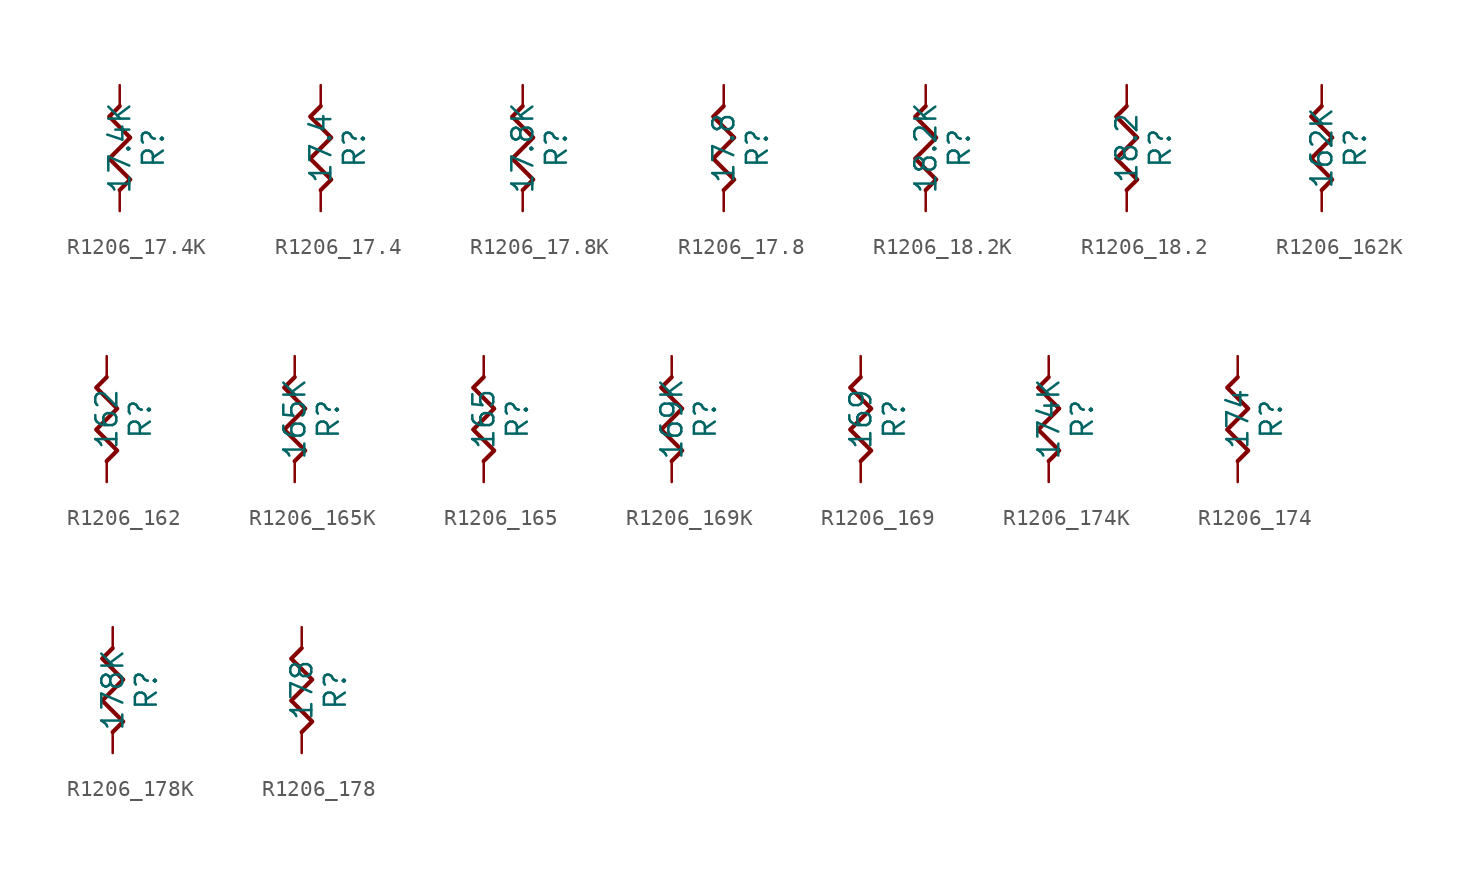
<source format=kicad_sym>
(kicad_symbol_lib
  (version 20211014)
  (generator atlantix-eda)
  (symbol "R1206_17.4K"
    (pin_numbers hide)
    (pin_names
      (offset 0))
    (property "Reference" "R"
      (at 2.032 0 90)
      (effects (font (size 1.27 1.27))))
    (property "Value" "17.4K"
      (at 0 0 90)
      (effects (font (size 1.27 1.27))))
    (symbol "R1206_17.4K_0_1"
      (polyline (pts (xy 0 -2.54) (xy 0.635 -1.905) (xy -0.635 -0.635) (xy 0.635 0.635) (xy -0.635 1.905) (xy 0 2.54)) (stroke (width 0.254) (type default) (color 0 0 0 0)) (fill (type none))))
    (symbol "R1206_17.4K_1_1"
      (pin passive line (at 0 3.81 270) (length 1.27) (name "~" (effects (font (size 1.27 1.27)))) (number "1" (effects (font (size 1.27 1.27)))))
      (pin passive line (at 0 -3.81 90) (length 1.27) (name "~" (effects (font (size 1.27 1.27)))) (number "2" (effects (font (size 1.27 1.27)))))))
  (symbol "R1206_17.4"
    (pin_numbers hide)
    (pin_names
      (offset 0))
    (property "Reference" "R"
      (at 2.032 0 90)
      (effects (font (size 1.27 1.27))))
    (property "Value" "17.4"
      (at 0 0 90)
      (effects (font (size 1.27 1.27))))
    (symbol "R1206_17.4_0_1"
      (polyline (pts (xy 0 -2.54) (xy 0.635 -1.905) (xy -0.635 -0.635) (xy 0.635 0.635) (xy -0.635 1.905) (xy 0 2.54)) (stroke (width 0.254) (type default) (color 0 0 0 0)) (fill (type none))))
    (symbol "R1206_17.4_1_1"
      (pin passive line (at 0 3.81 270) (length 1.27) (name "~" (effects (font (size 1.27 1.27)))) (number "1" (effects (font (size 1.27 1.27)))))
      (pin passive line (at 0 -3.81 90) (length 1.27) (name "~" (effects (font (size 1.27 1.27)))) (number "2" (effects (font (size 1.27 1.27)))))))
  (symbol "R1206_17.8K"
    (pin_numbers hide)
    (pin_names
      (offset 0))
    (property "Reference" "R"
      (at 2.032 0 90)
      (effects (font (size 1.27 1.27))))
    (property "Value" "17.8K"
      (at 0 0 90)
      (effects (font (size 1.27 1.27))))
    (symbol "R1206_17.8K_0_1"
      (polyline (pts (xy 0 -2.54) (xy 0.635 -1.905) (xy -0.635 -0.635) (xy 0.635 0.635) (xy -0.635 1.905) (xy 0 2.54)) (stroke (width 0.254) (type default) (color 0 0 0 0)) (fill (type none))))
    (symbol "R1206_17.8K_1_1"
      (pin passive line (at 0 3.81 270) (length 1.27) (name "~" (effects (font (size 1.27 1.27)))) (number "1" (effects (font (size 1.27 1.27)))))
      (pin passive line (at 0 -3.81 90) (length 1.27) (name "~" (effects (font (size 1.27 1.27)))) (number "2" (effects (font (size 1.27 1.27)))))))
  (symbol "R1206_17.8"
    (pin_numbers hide)
    (pin_names
      (offset 0))
    (property "Reference" "R"
      (at 2.032 0 90)
      (effects (font (size 1.27 1.27))))
    (property "Value" "17.8"
      (at 0 0 90)
      (effects (font (size 1.27 1.27))))
    (symbol "R1206_17.8_0_1"
      (polyline (pts (xy 0 -2.54) (xy 0.635 -1.905) (xy -0.635 -0.635) (xy 0.635 0.635) (xy -0.635 1.905) (xy 0 2.54)) (stroke (width 0.254) (type default) (color 0 0 0 0)) (fill (type none))))
    (symbol "R1206_17.8_1_1"
      (pin passive line (at 0 3.81 270) (length 1.27) (name "~" (effects (font (size 1.27 1.27)))) (number "1" (effects (font (size 1.27 1.27)))))
      (pin passive line (at 0 -3.81 90) (length 1.27) (name "~" (effects (font (size 1.27 1.27)))) (number "2" (effects (font (size 1.27 1.27)))))))
  (symbol "R1206_18.2K"
    (pin_numbers hide)
    (pin_names
      (offset 0))
    (property "Reference" "R"
      (at 2.032 0 90)
      (effects (font (size 1.27 1.27))))
    (property "Value" "18.2K"
      (at 0 0 90)
      (effects (font (size 1.27 1.27))))
    (symbol "R1206_18.2K_0_1"
      (polyline (pts (xy 0 -2.54) (xy 0.635 -1.905) (xy -0.635 -0.635) (xy 0.635 0.635) (xy -0.635 1.905) (xy 0 2.54)) (stroke (width 0.254) (type default) (color 0 0 0 0)) (fill (type none))))
    (symbol "R1206_18.2K_1_1"
      (pin passive line (at 0 3.81 270) (length 1.27) (name "~" (effects (font (size 1.27 1.27)))) (number "1" (effects (font (size 1.27 1.27)))))
      (pin passive line (at 0 -3.81 90) (length 1.27) (name "~" (effects (font (size 1.27 1.27)))) (number "2" (effects (font (size 1.27 1.27)))))))
  (symbol "R1206_18.2"
    (pin_numbers hide)
    (pin_names
      (offset 0))
    (property "Reference" "R"
      (at 2.032 0 90)
      (effects (font (size 1.27 1.27))))
    (property "Value" "18.2"
      (at 0 0 90)
      (effects (font (size 1.27 1.27))))
    (symbol "R1206_18.2_0_1"
      (polyline (pts (xy 0 -2.54) (xy 0.635 -1.905) (xy -0.635 -0.635) (xy 0.635 0.635) (xy -0.635 1.905) (xy 0 2.54)) (stroke (width 0.254) (type default) (color 0 0 0 0)) (fill (type none))))
    (symbol "R1206_18.2_1_1"
      (pin passive line (at 0 3.81 270) (length 1.27) (name "~" (effects (font (size 1.27 1.27)))) (number "1" (effects (font (size 1.27 1.27)))))
      (pin passive line (at 0 -3.81 90) (length 1.27) (name "~" (effects (font (size 1.27 1.27)))) (number "2" (effects (font (size 1.27 1.27)))))))
  (symbol "R1206_162K"
    (pin_numbers hide)
    (pin_names
      (offset 0))
    (property "Reference" "R"
      (at 2.032 0 90)
      (effects (font (size 1.27 1.27))))
    (property "Value" "162K"
      (at 0 0 90)
      (effects (font (size 1.27 1.27))))
    (symbol "R1206_162K_0_1"
      (polyline (pts (xy 0 -2.54) (xy 0.635 -1.905) (xy -0.635 -0.635) (xy 0.635 0.635) (xy -0.635 1.905) (xy 0 2.54)) (stroke (width 0.254) (type default) (color 0 0 0 0)) (fill (type none))))
    (symbol "R1206_162K_1_1"
      (pin passive line (at 0 3.81 270) (length 1.27) (name "~" (effects (font (size 1.27 1.27)))) (number "1" (effects (font (size 1.27 1.27)))))
      (pin passive line (at 0 -3.81 90) (length 1.27) (name "~" (effects (font (size 1.27 1.27)))) (number "2" (effects (font (size 1.27 1.27)))))))
  (symbol "R1206_162"
    (pin_numbers hide)
    (pin_names
      (offset 0))
    (property "Reference" "R"
      (at 2.032 0 90)
      (effects (font (size 1.27 1.27))))
    (property "Value" "162"
      (at 0 0 90)
      (effects (font (size 1.27 1.27))))
    (symbol "R1206_162_0_1"
      (polyline (pts (xy 0 -2.54) (xy 0.635 -1.905) (xy -0.635 -0.635) (xy 0.635 0.635) (xy -0.635 1.905) (xy 0 2.54)) (stroke (width 0.254) (type default) (color 0 0 0 0)) (fill (type none))))
    (symbol "R1206_162_1_1"
      (pin passive line (at 0 3.81 270) (length 1.27) (name "~" (effects (font (size 1.27 1.27)))) (number "1" (effects (font (size 1.27 1.27)))))
      (pin passive line (at 0 -3.81 90) (length 1.27) (name "~" (effects (font (size 1.27 1.27)))) (number "2" (effects (font (size 1.27 1.27)))))))
  (symbol "R1206_165K"
    (pin_numbers hide)
    (pin_names
      (offset 0))
    (property "Reference" "R"
      (at 2.032 0 90)
      (effects (font (size 1.27 1.27))))
    (property "Value" "165K"
      (at 0 0 90)
      (effects (font (size 1.27 1.27))))
    (symbol "R1206_165K_0_1"
      (polyline (pts (xy 0 -2.54) (xy 0.635 -1.905) (xy -0.635 -0.635) (xy 0.635 0.635) (xy -0.635 1.905) (xy 0 2.54)) (stroke (width 0.254) (type default) (color 0 0 0 0)) (fill (type none))))
    (symbol "R1206_165K_1_1"
      (pin passive line (at 0 3.81 270) (length 1.27) (name "~" (effects (font (size 1.27 1.27)))) (number "1" (effects (font (size 1.27 1.27)))))
      (pin passive line (at 0 -3.81 90) (length 1.27) (name "~" (effects (font (size 1.27 1.27)))) (number "2" (effects (font (size 1.27 1.27)))))))
  (symbol "R1206_165"
    (pin_numbers hide)
    (pin_names
      (offset 0))
    (property "Reference" "R"
      (at 2.032 0 90)
      (effects (font (size 1.27 1.27))))
    (property "Value" "165"
      (at 0 0 90)
      (effects (font (size 1.27 1.27))))
    (symbol "R1206_165_0_1"
      (polyline (pts (xy 0 -2.54) (xy 0.635 -1.905) (xy -0.635 -0.635) (xy 0.635 0.635) (xy -0.635 1.905) (xy 0 2.54)) (stroke (width 0.254) (type default) (color 0 0 0 0)) (fill (type none))))
    (symbol "R1206_165_1_1"
      (pin passive line (at 0 3.81 270) (length 1.27) (name "~" (effects (font (size 1.27 1.27)))) (number "1" (effects (font (size 1.27 1.27)))))
      (pin passive line (at 0 -3.81 90) (length 1.27) (name "~" (effects (font (size 1.27 1.27)))) (number "2" (effects (font (size 1.27 1.27)))))))
  (symbol "R1206_169K"
    (pin_numbers hide)
    (pin_names
      (offset 0))
    (property "Reference" "R"
      (at 2.032 0 90)
      (effects (font (size 1.27 1.27))))
    (property "Value" "169K"
      (at 0 0 90)
      (effects (font (size 1.27 1.27))))
    (symbol "R1206_169K_0_1"
      (polyline (pts (xy 0 -2.54) (xy 0.635 -1.905) (xy -0.635 -0.635) (xy 0.635 0.635) (xy -0.635 1.905) (xy 0 2.54)) (stroke (width 0.254) (type default) (color 0 0 0 0)) (fill (type none))))
    (symbol "R1206_169K_1_1"
      (pin passive line (at 0 3.81 270) (length 1.27) (name "~" (effects (font (size 1.27 1.27)))) (number "1" (effects (font (size 1.27 1.27)))))
      (pin passive line (at 0 -3.81 90) (length 1.27) (name "~" (effects (font (size 1.27 1.27)))) (number "2" (effects (font (size 1.27 1.27)))))))
  (symbol "R1206_169"
    (pin_numbers hide)
    (pin_names
      (offset 0))
    (property "Reference" "R"
      (at 2.032 0 90)
      (effects (font (size 1.27 1.27))))
    (property "Value" "169"
      (at 0 0 90)
      (effects (font (size 1.27 1.27))))
    (symbol "R1206_169_0_1"
      (polyline (pts (xy 0 -2.54) (xy 0.635 -1.905) (xy -0.635 -0.635) (xy 0.635 0.635) (xy -0.635 1.905) (xy 0 2.54)) (stroke (width 0.254) (type default) (color 0 0 0 0)) (fill (type none))))
    (symbol "R1206_169_1_1"
      (pin passive line (at 0 3.81 270) (length 1.27) (name "~" (effects (font (size 1.27 1.27)))) (number "1" (effects (font (size 1.27 1.27)))))
      (pin passive line (at 0 -3.81 90) (length 1.27) (name "~" (effects (font (size 1.27 1.27)))) (number "2" (effects (font (size 1.27 1.27)))))))
  (symbol "R1206_174K"
    (pin_numbers hide)
    (pin_names
      (offset 0))
    (property "Reference" "R"
      (at 2.032 0 90)
      (effects (font (size 1.27 1.27))))
    (property "Value" "174K"
      (at 0 0 90)
      (effects (font (size 1.27 1.27))))
    (symbol "R1206_174K_0_1"
      (polyline (pts (xy 0 -2.54) (xy 0.635 -1.905) (xy -0.635 -0.635) (xy 0.635 0.635) (xy -0.635 1.905) (xy 0 2.54)) (stroke (width 0.254) (type default) (color 0 0 0 0)) (fill (type none))))
    (symbol "R1206_174K_1_1"
      (pin passive line (at 0 3.81 270) (length 1.27) (name "~" (effects (font (size 1.27 1.27)))) (number "1" (effects (font (size 1.27 1.27)))))
      (pin passive line (at 0 -3.81 90) (length 1.27) (name "~" (effects (font (size 1.27 1.27)))) (number "2" (effects (font (size 1.27 1.27)))))))
  (symbol "R1206_174"
    (pin_numbers hide)
    (pin_names
      (offset 0))
    (property "Reference" "R"
      (at 2.032 0 90)
      (effects (font (size 1.27 1.27))))
    (property "Value" "174"
      (at 0 0 90)
      (effects (font (size 1.27 1.27))))
    (symbol "R1206_174_0_1"
      (polyline (pts (xy 0 -2.54) (xy 0.635 -1.905) (xy -0.635 -0.635) (xy 0.635 0.635) (xy -0.635 1.905) (xy 0 2.54)) (stroke (width 0.254) (type default) (color 0 0 0 0)) (fill (type none))))
    (symbol "R1206_174_1_1"
      (pin passive line (at 0 3.81 270) (length 1.27) (name "~" (effects (font (size 1.27 1.27)))) (number "1" (effects (font (size 1.27 1.27)))))
      (pin passive line (at 0 -3.81 90) (length 1.27) (name "~" (effects (font (size 1.27 1.27)))) (number "2" (effects (font (size 1.27 1.27)))))))
  (symbol "R1206_178K"
    (pin_numbers hide)
    (pin_names
      (offset 0))
    (property "Reference" "R"
      (at 2.032 0 90)
      (effects (font (size 1.27 1.27))))
    (property "Value" "178K"
      (at 0 0 90)
      (effects (font (size 1.27 1.27))))
    (symbol "R1206_178K_0_1"
      (polyline (pts (xy 0 -2.54) (xy 0.635 -1.905) (xy -0.635 -0.635) (xy 0.635 0.635) (xy -0.635 1.905) (xy 0 2.54)) (stroke (width 0.254) (type default) (color 0 0 0 0)) (fill (type none))))
    (symbol "R1206_178K_1_1"
      (pin passive line (at 0 3.81 270) (length 1.27) (name "~" (effects (font (size 1.27 1.27)))) (number "1" (effects (font (size 1.27 1.27)))))
      (pin passive line (at 0 -3.81 90) (length 1.27) (name "~" (effects (font (size 1.27 1.27)))) (number "2" (effects (font (size 1.27 1.27)))))))
  (symbol "R1206_178"
    (pin_numbers hide)
    (pin_names
      (offset 0))
    (property "Reference" "R"
      (at 2.032 0 90)
      (effects (font (size 1.27 1.27))))
    (property "Value" "178"
      (at 0 0 90)
      (effects (font (size 1.27 1.27))))
    (symbol "R1206_178_0_1"
      (polyline (pts (xy 0 -2.54) (xy 0.635 -1.905) (xy -0.635 -0.635) (xy 0.635 0.635) (xy -0.635 1.905) (xy 0 2.54)) (stroke (width 0.254) (type default) (color 0 0 0 0)) (fill (type none))))
    (symbol "R1206_178_1_1"
      (pin passive line (at 0 3.81 270) (length 1.27) (name "~" (effects (font (size 1.27 1.27)))) (number "1" (effects (font (size 1.27 1.27)))))
      (pin passive line (at 0 -3.81 90) (length 1.27) (name "~" (effects (font (size 1.27 1.27)))) (number "2" (effects (font (size 1.27 1.27))))))))
</source>
